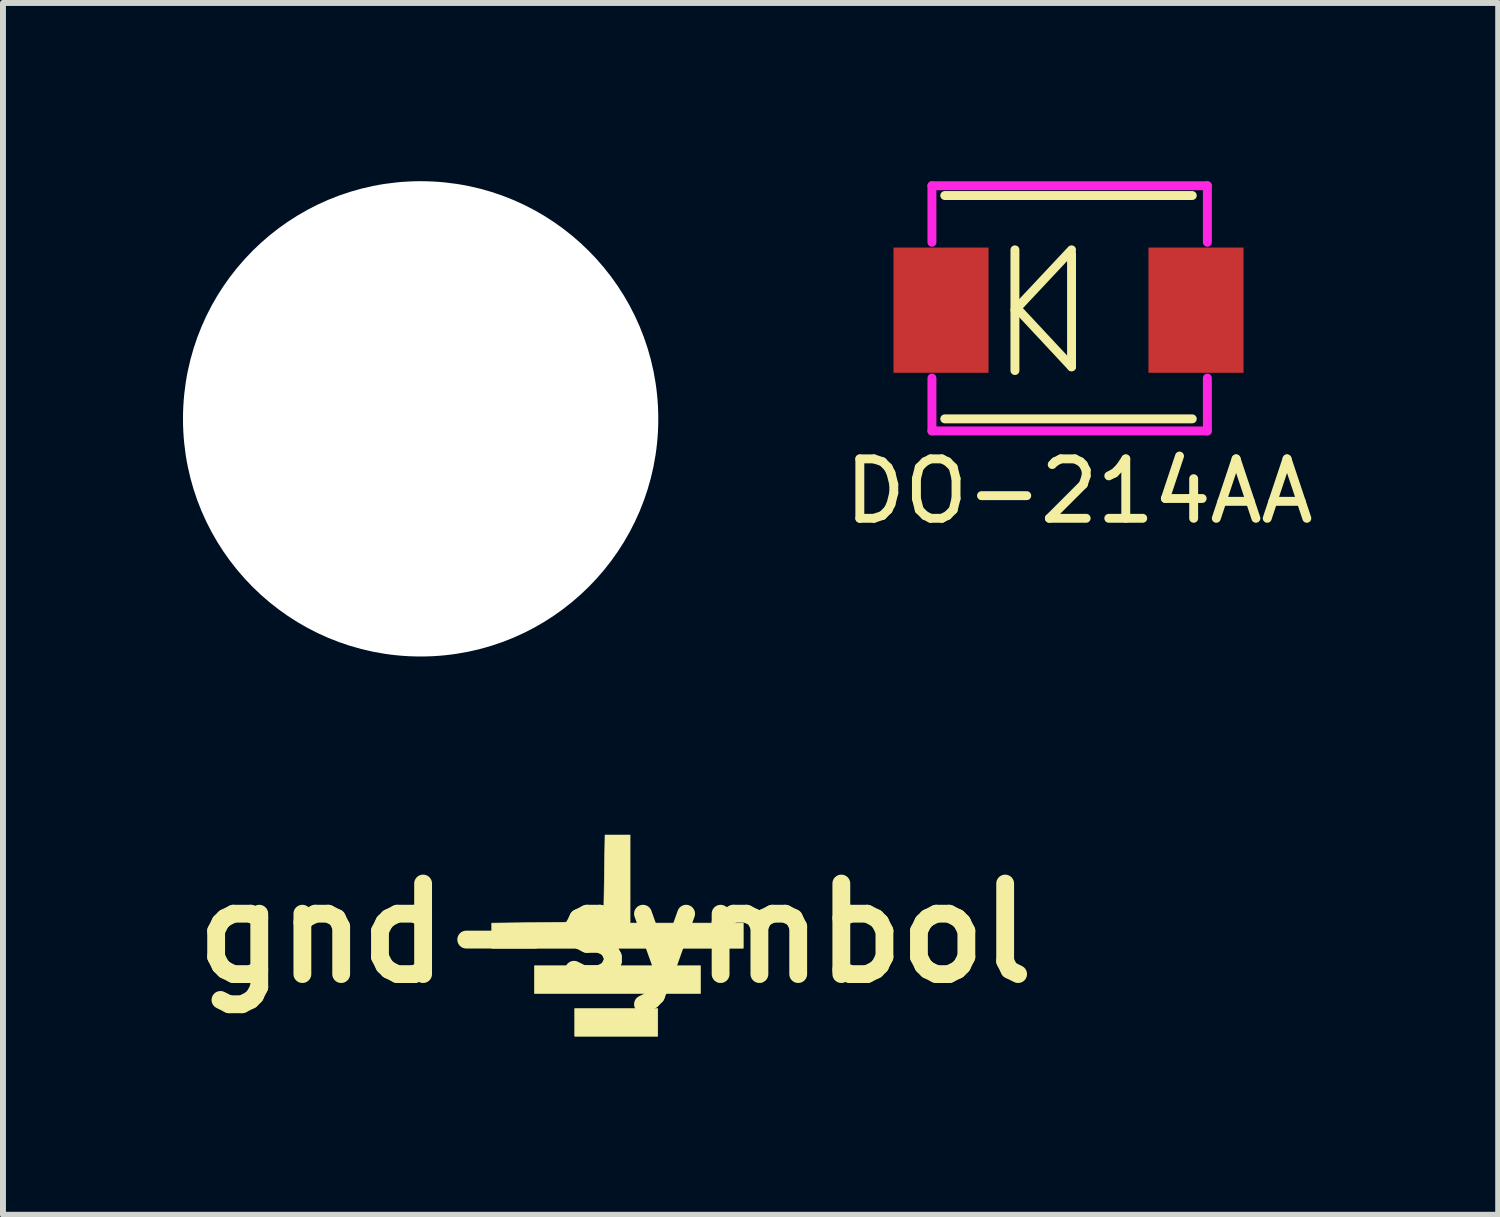
<source format=kicad_pcb>
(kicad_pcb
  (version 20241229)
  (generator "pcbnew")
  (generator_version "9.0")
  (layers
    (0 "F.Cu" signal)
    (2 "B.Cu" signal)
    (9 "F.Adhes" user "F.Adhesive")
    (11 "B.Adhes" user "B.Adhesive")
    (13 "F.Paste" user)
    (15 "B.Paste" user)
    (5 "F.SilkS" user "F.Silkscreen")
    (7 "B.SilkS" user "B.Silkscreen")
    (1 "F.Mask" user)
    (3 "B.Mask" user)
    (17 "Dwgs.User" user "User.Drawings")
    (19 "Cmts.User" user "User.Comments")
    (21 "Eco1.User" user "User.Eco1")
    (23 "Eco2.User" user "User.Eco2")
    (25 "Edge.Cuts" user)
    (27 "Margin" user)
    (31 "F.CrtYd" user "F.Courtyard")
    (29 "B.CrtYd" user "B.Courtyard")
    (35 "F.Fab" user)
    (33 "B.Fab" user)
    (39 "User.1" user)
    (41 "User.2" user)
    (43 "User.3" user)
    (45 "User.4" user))
  (footprint "gnd-symbol"
    (layer "F.Cu")
    (at 7.301 12.656)
    (property "Reference" "gnd-symbol" (at 0 0 0) (layer "F.SilkS") (effects (font (size 1.524 1.524) (thickness 0.3))))
    (attr through_hole)
    (fp_poly (pts (xy 0.72 1.736) (xy -0.677 1.736) (xy -0.677 1.27) (xy 0.72 1.27) (xy 0.72 1.736)) (stroke (width 0.01) (type solid)) (fill yes) (layer "F.SilkS"))
    (fp_poly (pts (xy 1.439 1.016) (xy -1.355 1.016) (xy -1.355 0.55) (xy 1.439 0.55) (xy 1.439 1.016)) (stroke (width 0.01) (type solid)) (fill yes) (layer "F.SilkS"))
    (fp_poly (pts (xy 0.254 -1.651) (xy 0.254 -0.169) (xy 2.159 -0.169) (xy 2.159 0.254) (xy -2.074 0.254) (xy -2.074 -0.168) (xy -0.191 -0.191) (xy -0.179 -0.921) (xy -0.167 -1.651) (xy 0.043 -1.651) (xy 0.254 -1.651)) (stroke (width 0.01) (type solid)) (fill yes) (layer "F.SilkS")))
  (footprint "8MM_HOLE"
    (layer "F.Cu")
    (at 4.03 4)
    (property "Reference" "8MM_HOLE" (at 0 0.5 0) (layer "F.SilkS") (effects (font (size 1 1) (thickness 0.15))))
    (attr through_hole)
    (pad "" np_thru_hole circle (at 0 0) (size 8 8) (drill 8) (layers "*.Cu" "*.Mask")))
  (footprint "DO-214AA"
    (layer "F.Cu")
    (at 12.954 2.171)
    (property "Reference" "DO-214AA" (at 2.159 3.048 0) (layer "F.SilkS") (effects (font (size 1 1) (thickness 0.15))))
    (attr through_hole)
    (fp_line (start -0.102 -1.93) (end 4.064 -1.93) (stroke (width 0.15) (type solid)) (layer "F.SilkS"))
    (fp_line (start 1.079 -1.016) (end 1.079 1.016) (stroke (width 0.15) (type solid)) (layer "F.SilkS"))
    (fp_line (start 1.079 0) (end 2.032 -1.016) (stroke (width 0.15) (type solid)) (layer "F.SilkS"))
    (fp_line (start 1.143 0) (end 2.032 0.953) (stroke (width 0.15) (type solid)) (layer "F.SilkS"))
    (fp_line (start 2.032 0.953) (end 2.032 -0.953) (stroke (width 0.15) (type solid)) (layer "F.SilkS"))
    (fp_line (start 4.064 1.829) (end -0.102 1.829) (stroke (width 0.15) (type solid)) (layer "F.SilkS"))
    (fp_line (start -0.318 -2.095) (end -0.318 -1.143) (stroke (width 0.15) (type solid)) (layer "F.CrtYd"))
    (fp_line (start -0.318 1.143) (end -0.318 2.032) (stroke (width 0.15) (type solid)) (layer "F.CrtYd"))
    (fp_line (start -0.318 2.032) (end 4.318 2.032) (stroke (width 0.15) (type solid)) (layer "F.CrtYd"))
    (fp_line (start 4.318 -2.095) (end -0.318 -2.095) (stroke (width 0.15) (type solid)) (layer "F.CrtYd"))
    (fp_line (start 4.318 -2.095) (end 4.318 -1.143) (stroke (width 0.15) (type solid)) (layer "F.CrtYd"))
    (fp_line (start 4.318 1.143) (end 4.318 2.032) (stroke (width 0.15) (type solid)) (layer "F.CrtYd"))
    (pad "1" smd rect (at -0.165 0) (size 1.6 2.108) (layers "F.Cu" "F.Mask" "F.Paste"))
    (pad "2" smd rect (at 4.127 0) (size 1.6 2.108) (layers "F.Cu" "F.Mask" "F.Paste")))
  (gr_rect
    (start -3 -3)
    (end 22.167 17.397)
    (stroke (width 0.1) (type default))
    (fill no)
    (layer "Edge.Cuts")))
</source>
